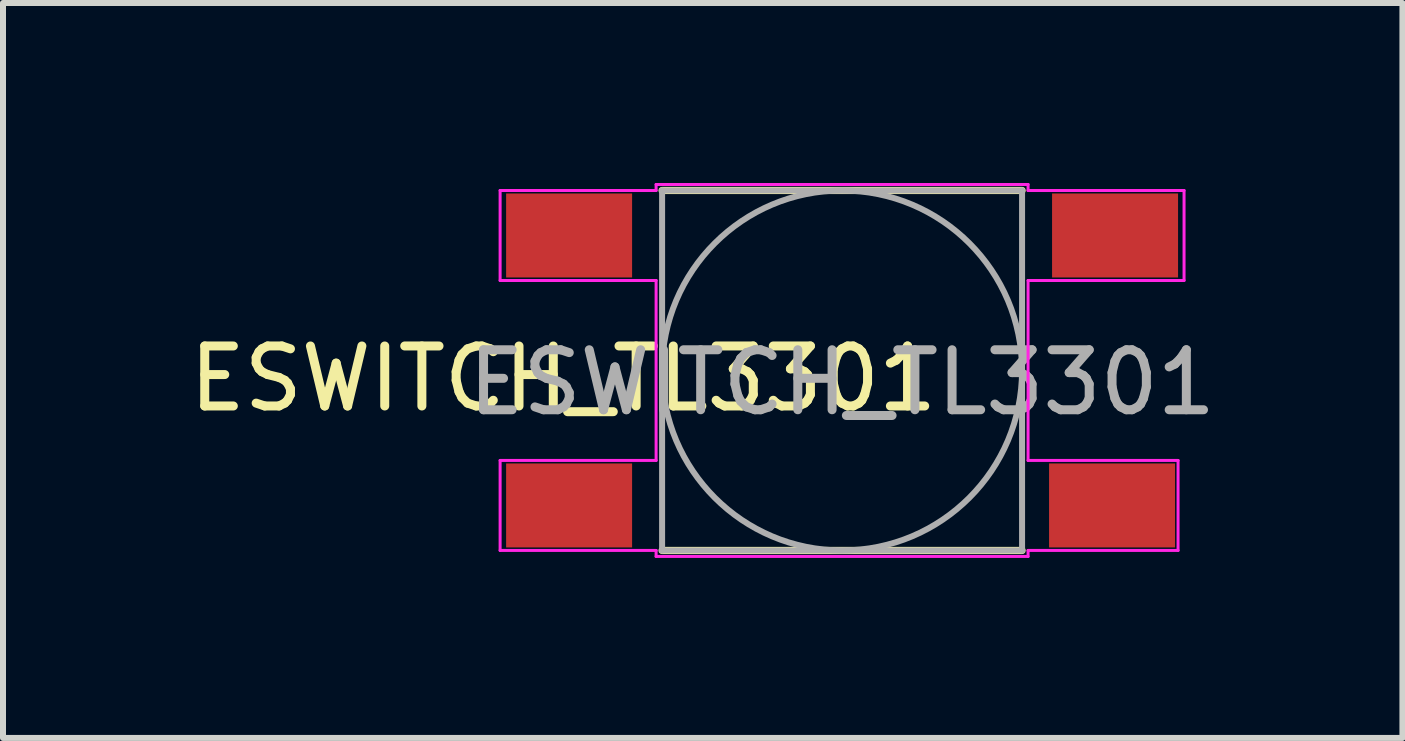
<source format=kicad_pcb>
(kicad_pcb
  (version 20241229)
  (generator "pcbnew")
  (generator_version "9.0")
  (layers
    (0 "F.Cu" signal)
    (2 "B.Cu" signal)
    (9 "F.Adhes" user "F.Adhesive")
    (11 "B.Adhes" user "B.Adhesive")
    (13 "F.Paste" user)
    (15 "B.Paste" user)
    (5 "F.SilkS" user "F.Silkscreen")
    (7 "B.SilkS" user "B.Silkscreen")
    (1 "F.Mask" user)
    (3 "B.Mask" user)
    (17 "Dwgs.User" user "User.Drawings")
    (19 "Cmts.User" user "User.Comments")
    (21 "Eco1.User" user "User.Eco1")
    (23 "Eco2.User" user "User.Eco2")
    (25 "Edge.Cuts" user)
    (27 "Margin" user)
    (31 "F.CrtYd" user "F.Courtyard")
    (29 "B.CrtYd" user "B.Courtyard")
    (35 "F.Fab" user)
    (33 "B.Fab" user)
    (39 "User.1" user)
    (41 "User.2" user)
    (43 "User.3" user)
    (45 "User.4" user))
  (footprint "ESWITCH_TL3301"
    (layer "F.Cu")
    (at 10.986 3.125)
    (property "Reference" "ESWITCH_TL3301" (at -4.647 0.137 0) (layer "F.SilkS") (effects (font (size 1 1) (thickness 0.15))))
    (attr through_hole)
    (fp_line (start -3 -3) (end 3 -3) (stroke (width 0.12) (type solid)) (layer "F.SilkS"))
    (fp_line (start -3 3) (end 3 3) (stroke (width 0.12) (type solid)) (layer "F.SilkS"))
    (fp_line (start -5.7 -3) (end -5.7 -1.5) (stroke (width 0.05) (type solid)) (layer "F.CrtYd"))
    (fp_line (start -5.7 -1.5) (end -3.1 -1.5) (stroke (width 0.05) (type solid)) (layer "F.CrtYd"))
    (fp_line (start -5.7 1.5) (end -5.7 3) (stroke (width 0.05) (type solid)) (layer "F.CrtYd"))
    (fp_line (start -5.7 3) (end -3.1 3) (stroke (width 0.05) (type solid)) (layer "F.CrtYd"))
    (fp_line (start -3.1 -3.1) (end -3.1 -3) (stroke (width 0.05) (type solid)) (layer "F.CrtYd"))
    (fp_line (start -3.1 -3.1) (end 3.1 -3.1) (stroke (width 0.05) (type solid)) (layer "F.CrtYd"))
    (fp_line (start -3.1 -3) (end -5.7 -3) (stroke (width 0.05) (type solid)) (layer "F.CrtYd"))
    (fp_line (start -3.1 -1.5) (end -3.1 1.5) (stroke (width 0.05) (type solid)) (layer "F.CrtYd"))
    (fp_line (start -3.1 1.5) (end -5.7 1.5) (stroke (width 0.05) (type solid)) (layer "F.CrtYd"))
    (fp_line (start -3.1 3) (end -3.1 3.1) (stroke (width 0.05) (type solid)) (layer "F.CrtYd"))
    (fp_line (start -3.1 3.1) (end 3.1 3.1) (stroke (width 0.05) (type solid)) (layer "F.CrtYd"))
    (fp_line (start 3.1 -3) (end 3.1 -3.1) (stroke (width 0.05) (type solid)) (layer "F.CrtYd"))
    (fp_line (start 3.1 -1.5) (end 5.7 -1.5) (stroke (width 0.05) (type solid)) (layer "F.CrtYd"))
    (fp_line (start 3.1 1.5) (end 3.1 -1.5) (stroke (width 0.05) (type solid)) (layer "F.CrtYd"))
    (fp_line (start 3.1 3) (end 5.6 3) (stroke (width 0.05) (type solid)) (layer "F.CrtYd"))
    (fp_line (start 3.1 3.1) (end 3.1 3) (stroke (width 0.05) (type solid)) (layer "F.CrtYd"))
    (fp_line (start 5.6 1.5) (end 3.1 1.5) (stroke (width 0.05) (type solid)) (layer "F.CrtYd"))
    (fp_line (start 5.6 3) (end 5.6 1.5) (stroke (width 0.05) (type solid)) (layer "F.CrtYd"))
    (fp_line (start 5.7 -3) (end 3.1 -3) (stroke (width 0.05) (type solid)) (layer "F.CrtYd"))
    (fp_line (start 5.7 -1.5) (end 5.7 -3) (stroke (width 0.05) (type solid)) (layer "F.CrtYd"))
    (fp_line (start -3 -3) (end 3 -3) (stroke (width 0.1) (type solid)) (layer "F.Fab"))
    (fp_line (start -3 3) (end -3 -3) (stroke (width 0.1) (type solid)) (layer "F.Fab"))
    (fp_line (start 3 -3) (end 3 3) (stroke (width 0.1) (type solid)) (layer "F.Fab"))
    (fp_line (start 3 3) (end -3 3) (stroke (width 0.1) (type solid)) (layer "F.Fab"))
    (fp_circle (center 0 0) (end 3 0) (stroke (width 0.1) (type solid)) (fill no) (layer "F.Fab"))
    (fp_text user "${REFERENCE}" (at 0 0.2 0) (layer "F.Fab") (effects (font (size 1 1) (thickness 0.15))))
    (pad "1" smd rect (at -4.55 -2.25) (size 2.1 1.4) (layers "F.Cu" "F.Mask" "F.Paste"))
    (pad "2" smd rect (at 4.55 -2.25) (size 2.1 1.4) (layers "F.Cu" "F.Mask" "F.Paste"))
    (pad "3" smd rect (at -4.55 2.25) (size 2.1 1.4) (layers "F.Cu" "F.Mask" "F.Paste"))
    (pad "4" smd rect (at 4.5 2.25) (size 2.1 1.4) (layers "F.Cu" "F.Mask" "F.Paste")))
  (gr_rect
    (start -3 -3)
    (end 20.326 9.25)
    (stroke (width 0.1) (type default))
    (fill no)
    (layer "Edge.Cuts")))
</source>
